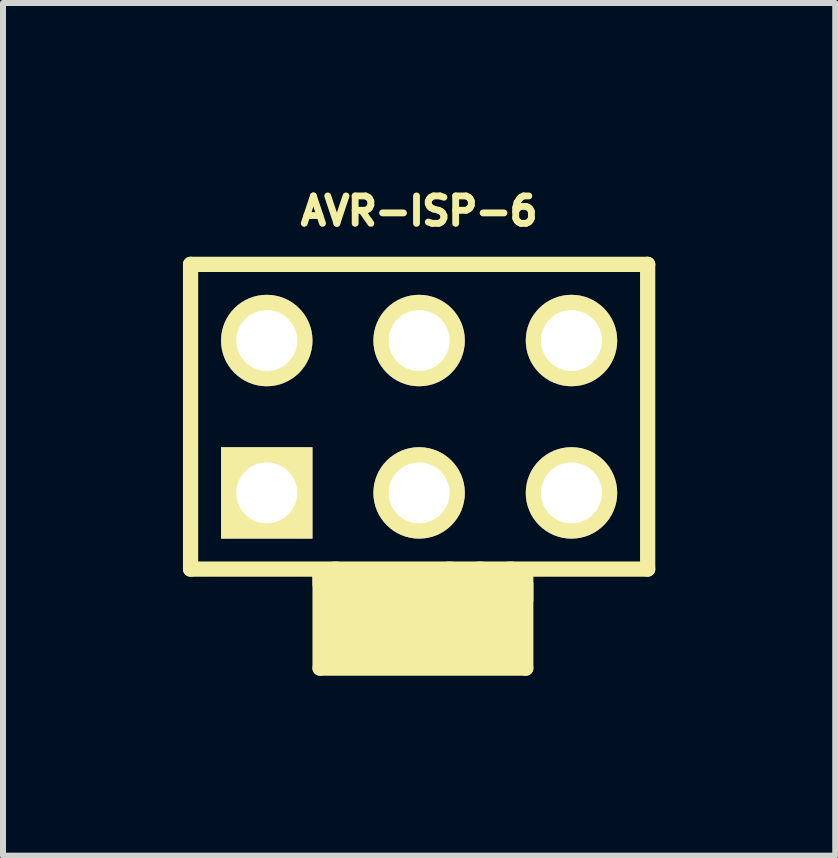
<source format=kicad_pcb>
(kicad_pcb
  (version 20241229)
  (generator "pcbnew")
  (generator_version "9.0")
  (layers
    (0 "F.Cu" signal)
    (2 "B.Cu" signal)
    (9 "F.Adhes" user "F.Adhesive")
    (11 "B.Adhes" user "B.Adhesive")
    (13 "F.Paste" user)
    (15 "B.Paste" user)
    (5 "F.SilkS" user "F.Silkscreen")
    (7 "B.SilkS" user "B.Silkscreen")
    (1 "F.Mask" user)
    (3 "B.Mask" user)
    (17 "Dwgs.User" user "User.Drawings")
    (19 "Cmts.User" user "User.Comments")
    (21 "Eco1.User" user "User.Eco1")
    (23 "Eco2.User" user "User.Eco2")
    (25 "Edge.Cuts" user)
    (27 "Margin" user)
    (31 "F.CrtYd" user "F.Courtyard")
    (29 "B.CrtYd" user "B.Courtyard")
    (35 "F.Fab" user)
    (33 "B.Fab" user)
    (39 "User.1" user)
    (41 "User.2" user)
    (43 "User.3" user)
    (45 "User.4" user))
  (footprint "AVR-ISP-6"
    (layer "F.Cu")
    (at 3.937 3.897)
    (property "Reference" "AVR-ISP-6" (at 0 -3.429 0) (layer "F.SilkS") (effects (font (size 0.457 0.457) (thickness 0.114))))
    (attr through_hole)
    (fp_line (start -3.81 -2.54) (end 3.81 -2.54) (stroke (width 0.254) (type solid)) (layer "F.SilkS"))
    (fp_line (start -3.81 2.54) (end -3.81 -2.54) (stroke (width 0.254) (type solid)) (layer "F.SilkS"))
    (fp_line (start -1.651 2.667) (end -1.651 2.794) (stroke (width 0.254) (type solid)) (layer "F.SilkS"))
    (fp_line (start -1.651 4.191) (end -1.651 2.667) (stroke (width 0.254) (type solid)) (layer "F.SilkS"))
    (fp_line (start -1.651 4.191) (end 1.778 4.191) (stroke (width 0.254) (type solid)) (layer "F.SilkS"))
    (fp_line (start -1.397 2.731) (end -1.397 3.873) (stroke (width 0.635) (type solid)) (layer "F.SilkS"))
    (fp_line (start -0.953 2.857) (end -0.953 3.937) (stroke (width 0.635) (type solid)) (layer "F.SilkS"))
    (fp_line (start -0.508 2.794) (end -0.508 3.873) (stroke (width 0.635) (type solid)) (layer "F.SilkS"))
    (fp_line (start 0 2.794) (end 0 3.937) (stroke (width 0.635) (type solid)) (layer "F.SilkS"))
    (fp_line (start 0.508 2.731) (end 0.508 3.937) (stroke (width 0.635) (type solid)) (layer "F.SilkS"))
    (fp_line (start 1.016 2.731) (end 1.016 3.937) (stroke (width 0.635) (type solid)) (layer "F.SilkS"))
    (fp_line (start 1.524 2.731) (end 1.524 3.937) (stroke (width 0.635) (type solid)) (layer "F.SilkS"))
    (fp_line (start 1.778 2.794) (end 1.778 3.048) (stroke (width 0.254) (type solid)) (layer "F.SilkS"))
    (fp_line (start 1.778 4.191) (end 1.778 2.667) (stroke (width 0.254) (type solid)) (layer "F.SilkS"))
    (fp_line (start 3.81 -2.54) (end 3.81 2.54) (stroke (width 0.254) (type solid)) (layer "F.SilkS"))
    (fp_line (start 3.81 2.54) (end -3.81 2.54) (stroke (width 0.254) (type solid)) (layer "F.SilkS"))
    (pad "1" thru_hole rect (at -2.54 1.27) (size 1.524 1.524) (drill 1.016) (layers "*.Cu" "*.Mask" "F.SilkS"))
    (pad "2" thru_hole circle (at -2.54 -1.27) (size 1.524 1.524) (drill 1.016) (layers "*.Cu" "*.Mask" "F.SilkS"))
    (pad "3" thru_hole circle (at 0 1.27) (size 1.524 1.524) (drill 1.016) (layers "*.Cu" "*.Mask" "F.SilkS"))
    (pad "4" thru_hole circle (at 0 -1.27) (size 1.524 1.524) (drill 1.016) (layers "*.Cu" "*.Mask" "F.SilkS"))
    (pad "5" thru_hole circle (at 2.54 1.27) (size 1.524 1.524) (drill 1.016) (layers "*.Cu" "*.Mask" "F.SilkS"))
    (pad "6" thru_hole circle (at 2.54 -1.27) (size 1.524 1.524) (drill 1.016) (layers "*.Cu" "*.Mask" "F.SilkS")))
  (gr_rect
    (start -3 -3)
    (end 10.874 11.215)
    (stroke (width 0.1) (type default))
    (fill no)
    (layer "Edge.Cuts")))
</source>
